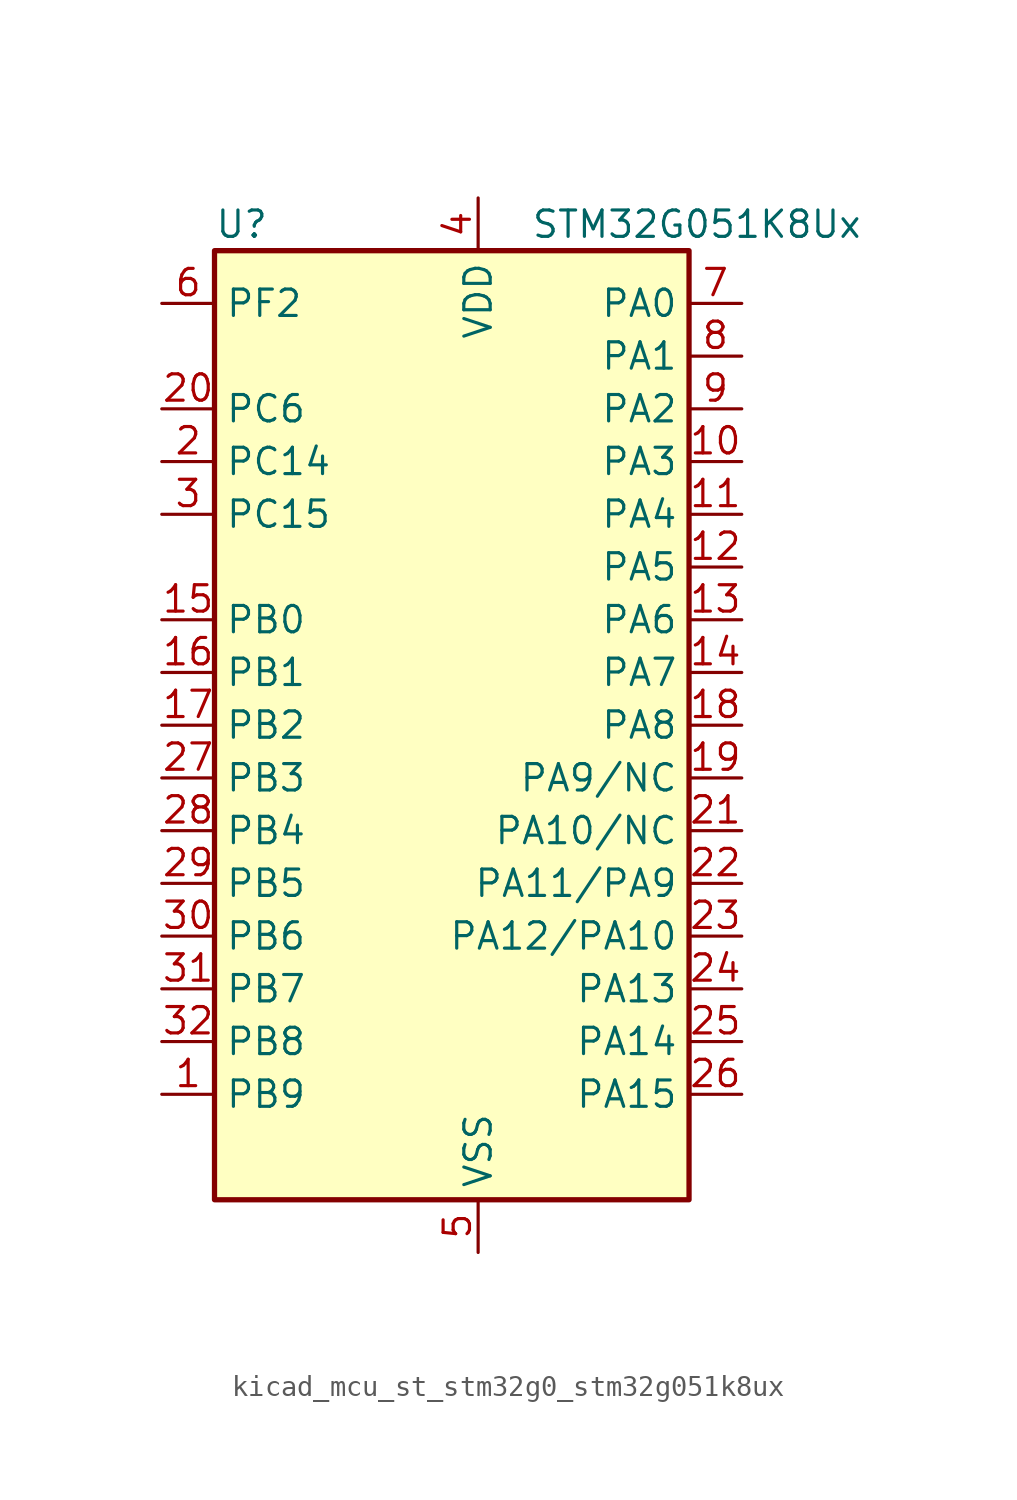
<source format=kicad_sym>
(kicad_symbol_lib
  (version 20220914)
  (generator kicad_symbol_editor)
  (symbol "kicad_mcu_st_stm32g0_stm32g051k8ux"
    (property "Reference" "U"
      (at -10.16 24.13 0)
      (effects (font (size 1.27 1.27)) (justify left)))
    (property "Value" "STM32G051K8Ux"
      (at 5.08 24.13 0)
      (effects (font (size 1.27 1.27)) (justify left)))
    (property "ki_locked" ""
      (at 0 0 0)
      (effects (font (size 1.27 1.27))))
    (symbol "kicad_mcu_st_stm32g0_stm32g051k8ux_0_1"
      (rectangle (start -10.16 -22.86) (end 12.7 22.86) (stroke (width 0.254) (type default)) (fill (type background))))
    (symbol "kicad_mcu_st_stm32g0_stm32g051k8ux_1_1"
      (pin bidirectional line (at -12.7 -17.78 0) (length 2.54) (name "PB9" (effects (font (size 1.27 1.27)))) (number "1" (effects (font (size 1.27 1.27)))) (alternate "DAC1_EXTI9" bidirectional line) (alternate "I2C1_SDA" bidirectional line) (alternate "IR_OUT" bidirectional line) (alternate "SPI2_NSS" bidirectional line) (alternate "TIM17_CH1" bidirectional line))
      (pin bidirectional line (at 15.24 12.7 180) (length 2.54) (name "PA3" (effects (font (size 1.27 1.27)))) (number "10" (effects (font (size 1.27 1.27)))) (alternate "ADC1_IN3" bidirectional line) (alternate "COMP2_INP" bidirectional line) (alternate "LPUART1_RX" bidirectional line) (alternate "SPI2_MISO" bidirectional line) (alternate "TIM15_CH2" bidirectional line) (alternate "TIM2_CH4" bidirectional line) (alternate "USART2_RX" bidirectional line))
      (pin bidirectional line (at 15.24 10.16 180) (length 2.54) (name "PA4" (effects (font (size 1.27 1.27)))) (number "11" (effects (font (size 1.27 1.27)))) (alternate "ADC1_IN4" bidirectional line) (alternate "DAC1_OUT1" bidirectional line) (alternate "I2S1_WS" bidirectional line) (alternate "LPTIM2_OUT" bidirectional line) (alternate "RTC_OUT1" bidirectional line) (alternate "RTC_TAMP_IN1" bidirectional line) (alternate "RTC_TS" bidirectional line) (alternate "SPI1_NSS" bidirectional line) (alternate "SPI2_MOSI" bidirectional line) (alternate "SYS_WKUP2" bidirectional line) (alternate "TIM14_CH1" bidirectional line))
      (pin bidirectional line (at 15.24 7.62 180) (length 2.54) (name "PA5" (effects (font (size 1.27 1.27)))) (number "12" (effects (font (size 1.27 1.27)))) (alternate "ADC1_IN5" bidirectional line) (alternate "DAC1_OUT2" bidirectional line) (alternate "I2S1_CK" bidirectional line) (alternate "LPTIM2_ETR" bidirectional line) (alternate "SPI1_SCK" bidirectional line) (alternate "TIM2_CH1" bidirectional line) (alternate "TIM2_ETR" bidirectional line))
      (pin bidirectional line (at 15.24 5.08 180) (length 2.54) (name "PA6" (effects (font (size 1.27 1.27)))) (number "13" (effects (font (size 1.27 1.27)))) (alternate "ADC1_IN6" bidirectional line) (alternate "COMP1_OUT" bidirectional line) (alternate "I2S1_MCK" bidirectional line) (alternate "LPUART1_CTS" bidirectional line) (alternate "SPI1_MISO" bidirectional line) (alternate "TIM16_CH1" bidirectional line) (alternate "TIM1_BK" bidirectional line) (alternate "TIM3_CH1" bidirectional line))
      (pin bidirectional line (at 15.24 2.54 180) (length 2.54) (name "PA7" (effects (font (size 1.27 1.27)))) (number "14" (effects (font (size 1.27 1.27)))) (alternate "ADC1_IN7" bidirectional line) (alternate "COMP2_OUT" bidirectional line) (alternate "I2S1_SD" bidirectional line) (alternate "SPI1_MOSI" bidirectional line) (alternate "TIM14_CH1" bidirectional line) (alternate "TIM17_CH1" bidirectional line) (alternate "TIM1_CH1N" bidirectional line) (alternate "TIM3_CH2" bidirectional line))
      (pin bidirectional line (at -12.7 5.08 0) (length 2.54) (name "PB0" (effects (font (size 1.27 1.27)))) (number "15" (effects (font (size 1.27 1.27)))) (alternate "ADC1_IN8" bidirectional line) (alternate "COMP1_OUT" bidirectional line) (alternate "I2S1_WS" bidirectional line) (alternate "LPTIM1_OUT" bidirectional line) (alternate "SPI1_NSS" bidirectional line) (alternate "TIM1_CH2N" bidirectional line) (alternate "TIM3_CH3" bidirectional line))
      (pin bidirectional line (at -12.7 2.54 0) (length 2.54) (name "PB1" (effects (font (size 1.27 1.27)))) (number "16" (effects (font (size 1.27 1.27)))) (alternate "ADC1_IN9" bidirectional line) (alternate "COMP1_INM" bidirectional line) (alternate "LPTIM2_IN1" bidirectional line) (alternate "LPUART1_DE" bidirectional line) (alternate "LPUART1_RTS" bidirectional line) (alternate "TIM14_CH1" bidirectional line) (alternate "TIM1_CH3N" bidirectional line) (alternate "TIM3_CH4" bidirectional line))
      (pin bidirectional line (at -12.7 0 0) (length 2.54) (name "PB2" (effects (font (size 1.27 1.27)))) (number "17" (effects (font (size 1.27 1.27)))) (alternate "ADC1_IN10" bidirectional line) (alternate "COMP1_INP" bidirectional line) (alternate "LPTIM1_OUT" bidirectional line) (alternate "SPI2_MISO" bidirectional line))
      (pin bidirectional line (at 15.24 0 180) (length 2.54) (name "PA8" (effects (font (size 1.27 1.27)))) (number "18" (effects (font (size 1.27 1.27)))) (alternate "LPTIM2_OUT" bidirectional line) (alternate "RCC_MCO" bidirectional line) (alternate "SPI2_NSS" bidirectional line) (alternate "TIM1_CH1" bidirectional line))
      (pin bidirectional line (at 15.24 -2.54 180) (length 2.54) (name "PA9/NC" (effects (font (size 1.27 1.27)))) (number "19" (effects (font (size 1.27 1.27)))) (alternate "DAC1_EXTI9" bidirectional line) (alternate "I2C1_SCL" bidirectional line) (alternate "RCC_MCO" bidirectional line) (alternate "SPI2_MISO" bidirectional line) (alternate "TIM15_BK" bidirectional line) (alternate "TIM1_CH2" bidirectional line) (alternate "USART1_TX" bidirectional line))
      (pin bidirectional line (at -12.7 12.7 0) (length 2.54) (name "PC14" (effects (font (size 1.27 1.27)))) (number "2" (effects (font (size 1.27 1.27)))) (alternate "RCC_OSC32_IN" bidirectional line) (alternate "RCC_OSC_IN" bidirectional line) (alternate "TIM1_BK2" bidirectional line))
      (pin bidirectional line (at -12.7 15.24 0) (length 2.54) (name "PC6" (effects (font (size 1.27 1.27)))) (number "20" (effects (font (size 1.27 1.27)))) (alternate "TIM2_CH3" bidirectional line) (alternate "TIM3_CH1" bidirectional line))
      (pin bidirectional line (at 15.24 -5.08 180) (length 2.54) (name "PA10/NC" (effects (font (size 1.27 1.27)))) (number "21" (effects (font (size 1.27 1.27)))) (alternate "I2C1_SDA" bidirectional line) (alternate "SPI2_MOSI" bidirectional line) (alternate "TIM17_BK" bidirectional line) (alternate "TIM1_CH3" bidirectional line) (alternate "USART1_RX" bidirectional line))
      (pin bidirectional line (at 15.24 -7.62 180) (length 2.54) (name "PA11/PA9" (effects (font (size 1.27 1.27)))) (number "22" (effects (font (size 1.27 1.27)))) (alternate "ADC1_EXTI11" bidirectional line) (alternate "ADC1_IN15" bidirectional line) (alternate "COMP1_OUT" bidirectional line) (alternate "I2C2_SCL" bidirectional line) (alternate "I2S1_MCK" bidirectional line) (alternate "SPI1_MISO" bidirectional line) (alternate "TIM1_BK2" bidirectional line) (alternate "TIM1_CH4" bidirectional line) (alternate "USART1_CTS" bidirectional line) (alternate "USART1_NSS" bidirectional line))
      (pin bidirectional line (at 15.24 -10.16 180) (length 2.54) (name "PA12/PA10" (effects (font (size 1.27 1.27)))) (number "23" (effects (font (size 1.27 1.27)))) (alternate "ADC1_IN16" bidirectional line) (alternate "COMP2_OUT" bidirectional line) (alternate "I2C2_SDA" bidirectional line) (alternate "I2S1_SD" bidirectional line) (alternate "I2S_CKIN" bidirectional line) (alternate "SPI1_MOSI" bidirectional line) (alternate "TIM1_ETR" bidirectional line) (alternate "USART1_CK" bidirectional line) (alternate "USART1_DE" bidirectional line) (alternate "USART1_RTS" bidirectional line))
      (pin bidirectional line (at 15.24 -12.7 180) (length 2.54) (name "PA13" (effects (font (size 1.27 1.27)))) (number "24" (effects (font (size 1.27 1.27)))) (alternate "ADC1_IN17" bidirectional line) (alternate "IR_OUT" bidirectional line) (alternate "SYS_SWDIO" bidirectional line))
      (pin bidirectional line (at 15.24 -15.24 180) (length 2.54) (name "PA14" (effects (font (size 1.27 1.27)))) (number "25" (effects (font (size 1.27 1.27)))) (alternate "ADC1_IN18" bidirectional line) (alternate "SYS_SWCLK" bidirectional line) (alternate "USART2_TX" bidirectional line))
      (pin bidirectional line (at 15.24 -17.78 180) (length 2.54) (name "PA15" (effects (font (size 1.27 1.27)))) (number "26" (effects (font (size 1.27 1.27)))) (alternate "I2S1_WS" bidirectional line) (alternate "SPI1_NSS" bidirectional line) (alternate "TIM2_CH1" bidirectional line) (alternate "TIM2_ETR" bidirectional line) (alternate "USART2_RX" bidirectional line))
      (pin bidirectional line (at -12.7 -2.54 0) (length 2.54) (name "PB3" (effects (font (size 1.27 1.27)))) (number "27" (effects (font (size 1.27 1.27)))) (alternate "COMP2_INM" bidirectional line) (alternate "I2S1_CK" bidirectional line) (alternate "SPI1_SCK" bidirectional line) (alternate "TIM1_CH2" bidirectional line) (alternate "TIM2_CH2" bidirectional line) (alternate "USART1_CK" bidirectional line) (alternate "USART1_DE" bidirectional line) (alternate "USART1_RTS" bidirectional line))
      (pin bidirectional line (at -12.7 -5.08 0) (length 2.54) (name "PB4" (effects (font (size 1.27 1.27)))) (number "28" (effects (font (size 1.27 1.27)))) (alternate "COMP2_INP" bidirectional line) (alternate "I2S1_MCK" bidirectional line) (alternate "SPI1_MISO" bidirectional line) (alternate "TIM17_BK" bidirectional line) (alternate "TIM3_CH1" bidirectional line) (alternate "USART1_CTS" bidirectional line) (alternate "USART1_NSS" bidirectional line))
      (pin bidirectional line (at -12.7 -7.62 0) (length 2.54) (name "PB5" (effects (font (size 1.27 1.27)))) (number "29" (effects (font (size 1.27 1.27)))) (alternate "COMP2_OUT" bidirectional line) (alternate "I2C1_SMBA" bidirectional line) (alternate "I2S1_SD" bidirectional line) (alternate "LPTIM1_IN1" bidirectional line) (alternate "SPI1_MOSI" bidirectional line) (alternate "SYS_WKUP6" bidirectional line) (alternate "TIM16_BK" bidirectional line) (alternate "TIM3_CH2" bidirectional line))
      (pin bidirectional line (at -12.7 10.16 0) (length 2.54) (name "PC15" (effects (font (size 1.27 1.27)))) (number "3" (effects (font (size 1.27 1.27)))) (alternate "RCC_OSC32_EN" bidirectional line) (alternate "RCC_OSC32_OUT" bidirectional line) (alternate "RCC_OSC_EN" bidirectional line) (alternate "TIM15_BK" bidirectional line))
      (pin bidirectional line (at -12.7 -10.16 0) (length 2.54) (name "PB6" (effects (font (size 1.27 1.27)))) (number "30" (effects (font (size 1.27 1.27)))) (alternate "COMP2_INP" bidirectional line) (alternate "I2C1_SCL" bidirectional line) (alternate "LPTIM1_ETR" bidirectional line) (alternate "SPI2_MISO" bidirectional line) (alternate "TIM16_CH1N" bidirectional line) (alternate "TIM1_CH3" bidirectional line) (alternate "USART1_TX" bidirectional line))
      (pin bidirectional line (at -12.7 -12.7 0) (length 2.54) (name "PB7" (effects (font (size 1.27 1.27)))) (number "31" (effects (font (size 1.27 1.27)))) (alternate "ADC1_IN11" bidirectional line) (alternate "COMP2_INM" bidirectional line) (alternate "I2C1_SDA" bidirectional line) (alternate "LPTIM1_IN2" bidirectional line) (alternate "SPI2_MOSI" bidirectional line) (alternate "SYS_PVD_IN" bidirectional line) (alternate "TIM17_CH1N" bidirectional line) (alternate "USART1_RX" bidirectional line))
      (pin bidirectional line (at -12.7 -15.24 0) (length 2.54) (name "PB8" (effects (font (size 1.27 1.27)))) (number "32" (effects (font (size 1.27 1.27)))) (alternate "I2C1_SCL" bidirectional line) (alternate "SPI2_SCK" bidirectional line) (alternate "TIM15_BK" bidirectional line) (alternate "TIM16_CH1" bidirectional line))
      (pin passive line (at 2.54 -25.4 90) (length 2.54) hide (name "VSS" (effects (font (size 1.27 1.27)))) (number "33" (effects (font (size 1.27 1.27)))))
      (pin power_in line (at 2.54 25.4 270) (length 2.54) (name "VDD" (effects (font (size 1.27 1.27)))) (number "4" (effects (font (size 1.27 1.27)))))
      (pin power_in line (at 2.54 -25.4 90) (length 2.54) (name "VSS" (effects (font (size 1.27 1.27)))) (number "5" (effects (font (size 1.27 1.27)))))
      (pin bidirectional line (at -12.7 20.32 0) (length 2.54) (name "PF2" (effects (font (size 1.27 1.27)))) (number "6" (effects (font (size 1.27 1.27)))) (alternate "RCC_MCO" bidirectional line))
      (pin bidirectional line (at 15.24 20.32 180) (length 2.54) (name "PA0" (effects (font (size 1.27 1.27)))) (number "7" (effects (font (size 1.27 1.27)))) (alternate "ADC1_IN0" bidirectional line) (alternate "COMP1_INM" bidirectional line) (alternate "COMP1_OUT" bidirectional line) (alternate "LPTIM1_OUT" bidirectional line) (alternate "RTC_TAMP_IN2" bidirectional line) (alternate "SPI2_SCK" bidirectional line) (alternate "SYS_WKUP1" bidirectional line) (alternate "TIM2_CH1" bidirectional line) (alternate "TIM2_ETR" bidirectional line) (alternate "USART2_CTS" bidirectional line) (alternate "USART2_NSS" bidirectional line))
      (pin bidirectional line (at 15.24 17.78 180) (length 2.54) (name "PA1" (effects (font (size 1.27 1.27)))) (number "8" (effects (font (size 1.27 1.27)))) (alternate "ADC1_IN1" bidirectional line) (alternate "COMP1_INP" bidirectional line) (alternate "I2C1_SMBA" bidirectional line) (alternate "I2S1_CK" bidirectional line) (alternate "SPI1_SCK" bidirectional line) (alternate "TIM15_CH1N" bidirectional line) (alternate "TIM2_CH2" bidirectional line) (alternate "USART2_CK" bidirectional line) (alternate "USART2_DE" bidirectional line) (alternate "USART2_RTS" bidirectional line))
      (pin bidirectional line (at 15.24 15.24 180) (length 2.54) (name "PA2" (effects (font (size 1.27 1.27)))) (number "9" (effects (font (size 1.27 1.27)))) (alternate "ADC1_IN2" bidirectional line) (alternate "COMP2_INM" bidirectional line) (alternate "COMP2_OUT" bidirectional line) (alternate "I2S1_SD" bidirectional line) (alternate "LPUART1_TX" bidirectional line) (alternate "RCC_LSCO" bidirectional line) (alternate "SPI1_MOSI" bidirectional line) (alternate "SYS_WKUP4" bidirectional line) (alternate "TIM15_CH1" bidirectional line) (alternate "TIM2_CH3" bidirectional line) (alternate "USART2_TX" bidirectional line)))))
</source>
